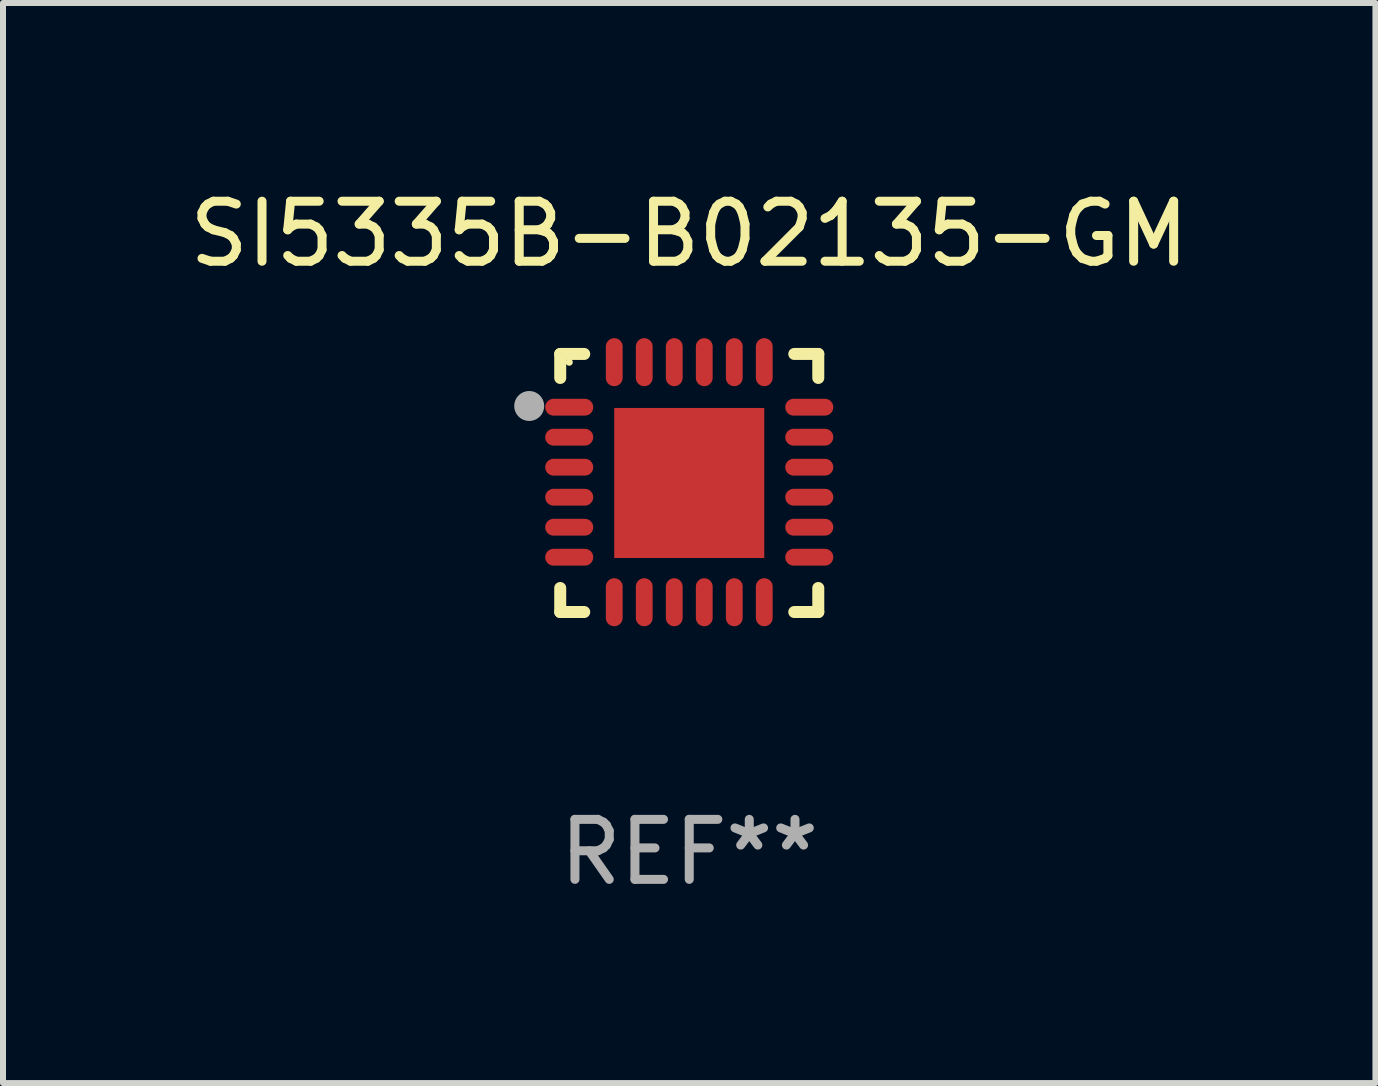
<source format=kicad_pcb>
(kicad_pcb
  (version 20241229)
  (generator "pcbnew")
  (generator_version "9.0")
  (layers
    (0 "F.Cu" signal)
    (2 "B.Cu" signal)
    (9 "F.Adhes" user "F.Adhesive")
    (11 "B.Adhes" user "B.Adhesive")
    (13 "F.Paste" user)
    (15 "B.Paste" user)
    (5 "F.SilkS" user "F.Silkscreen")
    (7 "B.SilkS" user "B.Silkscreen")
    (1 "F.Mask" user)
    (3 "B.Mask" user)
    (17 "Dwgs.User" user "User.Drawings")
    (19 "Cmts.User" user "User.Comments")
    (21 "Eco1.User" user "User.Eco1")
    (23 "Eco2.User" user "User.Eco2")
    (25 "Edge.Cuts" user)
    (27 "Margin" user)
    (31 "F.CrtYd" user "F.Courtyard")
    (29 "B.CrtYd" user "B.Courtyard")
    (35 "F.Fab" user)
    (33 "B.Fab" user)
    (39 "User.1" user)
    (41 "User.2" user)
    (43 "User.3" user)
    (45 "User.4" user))
  (footprint "SI5335B-B02135-GM"
    (layer "F.Cu")
    (at 8.435 4.998)
    (property "Reference" "SI5335B-B02135-GM" (at 0 -4.15 0) (layer "F.SilkS") (effects (font (size 1 1) (thickness 0.15))))
    (attr through_hole)
    (fp_line (start -2.15 -2.15) (end -1.75 -2.15) (stroke (width 0.2) (type solid)) (layer "F.SilkS"))
    (fp_line (start -2.15 -1.75) (end -2.15 -2.15) (stroke (width 0.2) (type solid)) (layer "F.SilkS"))
    (fp_line (start -2.15 2.15) (end -2.15 1.75) (stroke (width 0.2) (type solid)) (layer "F.SilkS"))
    (fp_line (start -1.75 2.15) (end -2.15 2.15) (stroke (width 0.2) (type solid)) (layer "F.SilkS"))
    (fp_line (start 1.75 -2.15) (end 2.15 -2.15) (stroke (width 0.2) (type solid)) (layer "F.SilkS"))
    (fp_line (start 1.75 2.15) (end 2.15 2.15) (stroke (width 0.2) (type solid)) (layer "F.SilkS"))
    (fp_line (start 2.15 -2.15) (end 2.15 -1.75) (stroke (width 0.2) (type solid)) (layer "F.SilkS"))
    (fp_line (start 2.15 2.15) (end 2.15 1.75) (stroke (width 0.2) (type solid)) (layer "F.SilkS"))
    (fp_circle (center -2 -2.013) (end -1.97 -2.013) (stroke (width 0.06) (type solid)) (fill no) (layer "F.SilkS"))
    (fp_circle (center -2.667 -1.283) (end -2.542 -1.283) (stroke (width 0.25) (type solid)) (fill no) (layer "F.Fab"))
    (fp_text user "REF**" (at 0 6.15 0) (layer "F.Fab") (effects (font (size 1 1) (thickness 0.15))))
    (pad "1" smd oval (at -2 -1.263) (size 0.8 0.28) (layers "F.Cu" "F.Mask" "F.Paste"))
    (pad "2" smd oval (at -2 -0.763) (size 0.8 0.28) (layers "F.Cu" "F.Mask" "F.Paste"))
    (pad "3" smd oval (at -2 -0.263) (size 0.8 0.28) (layers "F.Cu" "F.Mask" "F.Paste"))
    (pad "4" smd oval (at -2 0.237) (size 0.8 0.28) (layers "F.Cu" "F.Mask" "F.Paste"))
    (pad "5" smd oval (at -2 0.737) (size 0.8 0.28) (layers "F.Cu" "F.Mask" "F.Paste"))
    (pad "6" smd oval (at -2 1.237) (size 0.8 0.28) (layers "F.Cu" "F.Mask" "F.Paste"))
    (pad "7" smd oval (at -1.25 1.987) (size 0.28 0.8) (layers "F.Cu" "F.Mask" "F.Paste"))
    (pad "8" smd oval (at -0.75 1.987) (size 0.28 0.8) (layers "F.Cu" "F.Mask" "F.Paste"))
    (pad "9" smd oval (at -0.25 1.987) (size 0.28 0.8) (layers "F.Cu" "F.Mask" "F.Paste"))
    (pad "10" smd oval (at 0.25 1.987) (size 0.28 0.8) (layers "F.Cu" "F.Mask" "F.Paste"))
    (pad "11" smd oval (at 0.75 1.987) (size 0.28 0.8) (layers "F.Cu" "F.Mask" "F.Paste"))
    (pad "12" smd oval (at 1.25 1.987) (size 0.28 0.8) (layers "F.Cu" "F.Mask" "F.Paste"))
    (pad "13" smd oval (at 2 1.237) (size 0.8 0.28) (layers "F.Cu" "F.Mask" "F.Paste"))
    (pad "14" smd oval (at 2 0.737) (size 0.8 0.28) (layers "F.Cu" "F.Mask" "F.Paste"))
    (pad "15" smd oval (at 2 0.237) (size 0.8 0.28) (layers "F.Cu" "F.Mask" "F.Paste"))
    (pad "16" smd oval (at 2 -0.263) (size 0.8 0.28) (layers "F.Cu" "F.Mask" "F.Paste"))
    (pad "17" smd oval (at 2 -0.763) (size 0.8 0.28) (layers "F.Cu" "F.Mask" "F.Paste"))
    (pad "18" smd oval (at 2 -1.263) (size 0.8 0.28) (layers "F.Cu" "F.Mask" "F.Paste"))
    (pad "19" smd oval (at 1.25 -2.013) (size 0.28 0.8) (layers "F.Cu" "F.Mask" "F.Paste"))
    (pad "20" smd oval (at 0.75 -2.013) (size 0.28 0.8) (layers "F.Cu" "F.Mask" "F.Paste"))
    (pad "21" smd oval (at 0.25 -2.013) (size 0.28 0.8) (layers "F.Cu" "F.Mask" "F.Paste"))
    (pad "22" smd oval (at -0.25 -2.013) (size 0.28 0.8) (layers "F.Cu" "F.Mask" "F.Paste"))
    (pad "23" smd oval (at -0.75 -2.013) (size 0.28 0.8) (layers "F.Cu" "F.Mask" "F.Paste"))
    (pad "24" smd oval (at -1.25 -2.013) (size 0.28 0.8) (layers "F.Cu" "F.Mask" "F.Paste"))
    (pad "25" smd rect (at -0.000127 -0.00014) (size 2.5 2.5) (layers "F.Cu" "F.Mask" "F.Paste")))
  (gr_rect
    (start -3 -3)
    (end 19.869 14.997)
    (stroke (width 0.1) (type default))
    (fill no)
    (layer "Edge.Cuts")))
</source>
